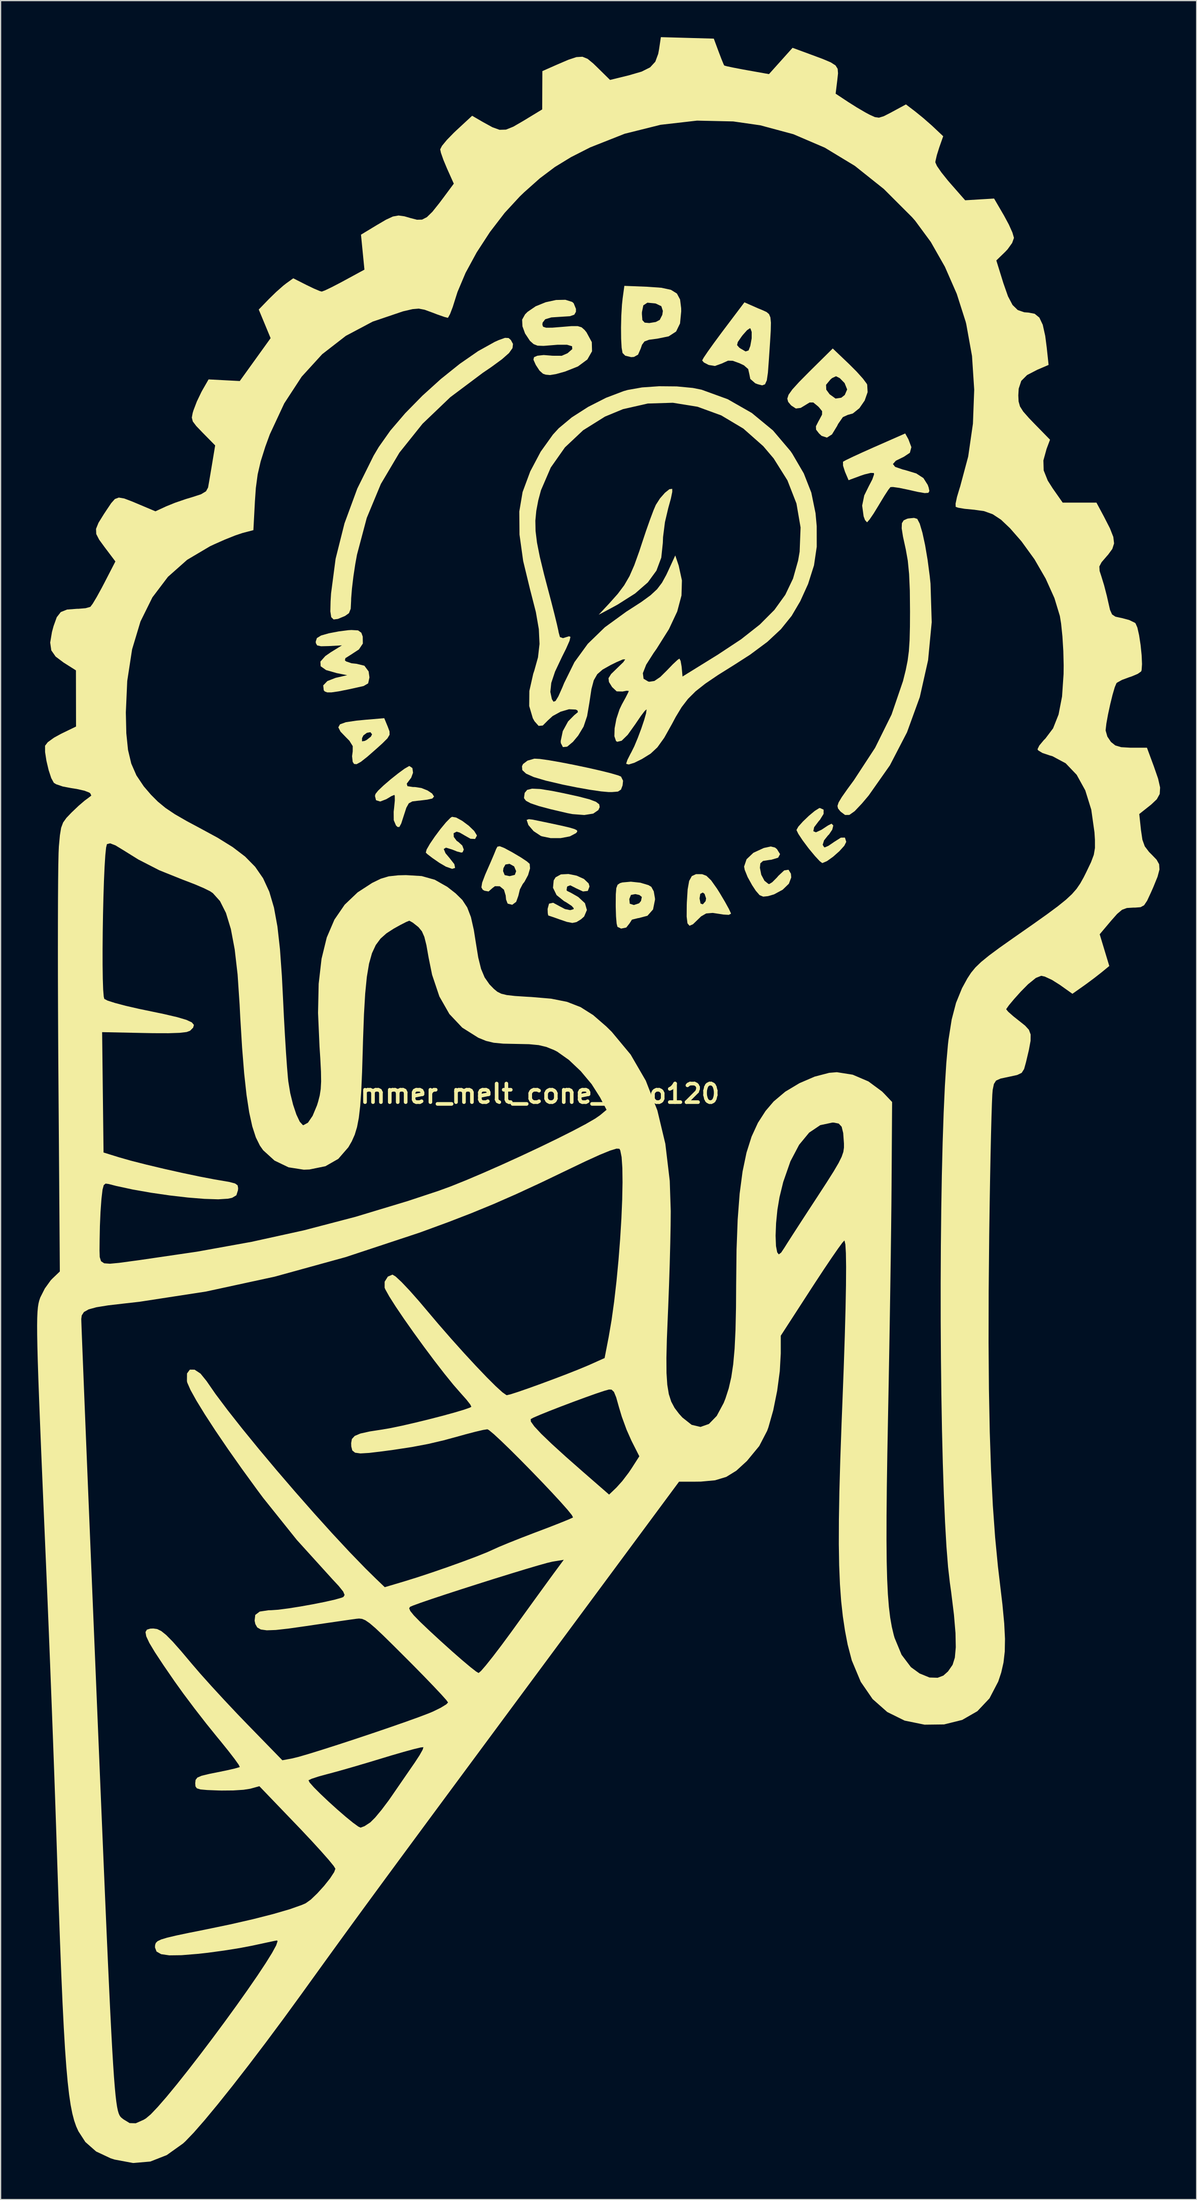
<source format=kicad_pcb>
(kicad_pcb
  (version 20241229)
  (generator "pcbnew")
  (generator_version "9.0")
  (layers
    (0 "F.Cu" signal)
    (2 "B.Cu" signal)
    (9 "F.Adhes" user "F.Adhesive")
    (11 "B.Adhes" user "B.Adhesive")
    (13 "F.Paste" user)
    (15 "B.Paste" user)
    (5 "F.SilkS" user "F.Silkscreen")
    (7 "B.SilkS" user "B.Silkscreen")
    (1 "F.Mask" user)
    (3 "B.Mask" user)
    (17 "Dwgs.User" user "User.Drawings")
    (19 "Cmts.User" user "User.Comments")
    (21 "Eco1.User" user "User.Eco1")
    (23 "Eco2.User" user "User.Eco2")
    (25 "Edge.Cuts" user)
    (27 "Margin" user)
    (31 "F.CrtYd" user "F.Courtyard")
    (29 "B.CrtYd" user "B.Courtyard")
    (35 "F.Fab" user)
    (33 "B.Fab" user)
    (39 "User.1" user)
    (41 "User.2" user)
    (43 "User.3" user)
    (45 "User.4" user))
  (footprint "summer_melt_cone_logo120"
    (layer "F.Cu")
    (at 40.005 86.762)
    (property "Reference" "summer_melt_cone_logo120" (at 0 0 0) (layer "F.SilkS") (effects (font (size 1.524 1.524) (thickness 0.3))))
    (attr board_only exclude_from_pos_files exclude_from_bom)
    (fp_poly (pts (xy 0.7 -22.51) (xy 2.064 -22.228) (xy 3.058 -22.015) (xy 3.735 -21.857) (xy 4.146 -21.735) (xy 4.343 -21.635) (xy 4.379 -21.54) (xy 4.304 -21.433) (xy 4.272 -21.4) (xy 3.766 -21.132) (xy 3.015 -20.991) (xy 2.191 -20.989) (xy 1.463 -21.14) (xy 1.362 -21.182) (xy 0.784 -21.565) (xy 0.359 -22.062) (xy 0.215 -22.484) (xy 0.393 -22.545)) (stroke (width 0) (type solid)) (fill yes) (layer "F.SilkS"))
    (fp_poly (pts (xy 1.329 -25.022) (xy 2.312 -24.865) (xy 3.258 -24.675) (xy 4.501 -24.402) (xy 5.369 -24.176) (xy 5.911 -23.972) (xy 6.177 -23.766) (xy 6.218 -23.535) (xy 6.108 -23.295) (xy 5.686 -23.002) (xy 4.953 -22.887) (xy 3.99 -22.96) (xy 3.552 -23.044) (xy 2.19 -23.363) (xy 1.204 -23.626) (xy 0.545 -23.85) (xy 0.162 -24.054) (xy 0.009 -24.254) (xy 0 -24.321) (xy 0.055 -24.708) (xy 0.257 -24.95) (xy 0.663 -25.052)) (stroke (width 0) (type solid)) (fill yes) (layer "F.SilkS"))
    (fp_poly (pts (xy 1.298 -27.491) (xy 2.044 -27.385) (xy 3.008 -27.217) (xy 4.095 -27.006) (xy 5.208 -26.772) (xy 6.251 -26.536) (xy 7.13 -26.318) (xy 7.746 -26.136) (xy 7.971 -26.042) (xy 8.138 -25.702) (xy 8.097 -25.315) (xy 7.967 -24.974) (xy 7.719 -24.812) (xy 7.221 -24.77) (xy 6.938 -24.772) (xy 6.333 -24.826) (xy 5.428 -24.958) (xy 4.346 -25.149) (xy 3.204 -25.379) (xy 3.157 -25.39) (xy 1.781 -25.712) (xy 0.797 -26.004) (xy 0.168 -26.286) (xy -0.142 -26.575) (xy -0.168 -26.891) (xy -0.082 -27.072) (xy 0.283 -27.351) (xy 0.843 -27.513) (xy 0.866 -27.515)) (stroke (width 0) (type solid)) (fill yes) (layer "F.SilkS"))
    (fp_poly (pts (xy 12.18 -49.421) (xy 12.068 -48.877) (xy 11.868 -48.154) (xy 11.854 -48.107) (xy 11.579 -46.939) (xy 11.423 -45.706) (xy 11.405 -45.235) (xy 11.278 -44.022) (xy 10.88 -42.956) (xy 10.173 -41.989) (xy 9.123 -41.075) (xy 7.691 -40.167) (xy 7.221 -39.91) (xy 6.135 -39.332) (xy 7.016 -40.277) (xy 7.703 -41.048) (xy 8.232 -41.753) (xy 8.665 -42.5) (xy 9.059 -43.4) (xy 9.475 -44.56) (xy 9.674 -45.166) (xy 10.023 -46.212) (xy 10.358 -47.162) (xy 10.639 -47.91) (xy 10.828 -48.351) (xy 11.17 -48.884) (xy 11.575 -49.346) (xy 11.944 -49.641) (xy 12.178 -49.671)) (stroke (width 0) (type solid)) (fill yes) (layer "F.SilkS"))
    (fp_poly (pts (xy -11.192 -30.132) (xy -11.053 -29.759) (xy -11.046 -29.477) (xy -11.222 -29.182) (xy -11.632 -28.773) (xy -12.069 -28.378) (xy -12.865 -27.679) (xy -13.41 -27.25) (xy -13.758 -27.061) (xy -13.964 -27.079) (xy -14.077 -27.251) (xy -14.129 -27.717) (xy -14.076 -28.107) (xy -14.073 -28.544) (xy -14.318 -28.937) (xy -13.311 -28.937) (xy -13.091 -28.97) (xy -12.934 -29.049) (xy -12.584 -29.32) (xy -12.485 -29.513) (xy -12.618 -29.688) (xy -12.909 -29.638) (xy -13.196 -29.424) (xy -13.309 -29.2) (xy -13.311 -28.937) (xy -14.318 -28.937) (xy -14.348 -28.985) (xy -14.614 -29.253) (xy -15.079 -29.735) (xy -15.258 -30.086) (xy -15.121 -30.334) (xy -14.636 -30.508) (xy -13.771 -30.637) (xy -13.029 -30.708) (xy -11.484 -30.838)) (stroke (width 0) (type solid)) (fill yes) (layer "F.SilkS"))
    (fp_poly (pts (xy 20.624 -20.216) (xy 20.785 -20.082) (xy 21.037 -19.675) (xy 20.879 -19.382) (xy 20.322 -19.215) (xy 20.163 -19.198) (xy 19.638 -19.115) (xy 19.418 -18.919) (xy 19.38 -18.553) (xy 19.493 -17.98) (xy 19.758 -17.486) (xy 20.084 -17.228) (xy 20.15 -17.218) (xy 20.395 -17.369) (xy 20.774 -17.748) (xy 20.901 -17.897) (xy 21.376 -18.338) (xy 21.731 -18.394) (xy 21.929 -18.07) (xy 21.956 -17.76) (xy 21.762 -17.247) (xy 21.253 -16.754) (xy 20.539 -16.369) (xy 20.048 -16.225) (xy 19.654 -16.184) (xy 19.357 -16.305) (xy 19.044 -16.665) (xy 18.738 -17.13) (xy 18.372 -17.791) (xy 18.133 -18.381) (xy 18.081 -18.653) (xy 18.285 -19.255) (xy 18.846 -19.786) (xy 19.694 -20.177) (xy 19.702 -20.18) (xy 20.267 -20.303)) (stroke (width 0) (type solid)) (fill yes) (layer "F.SilkS"))
    (fp_poly (pts (xy 14.633 -18.029) (xy 14.986 -17.895) (xy 15.373 -17.522) (xy 15.853 -16.846) (xy 16.086 -16.475) (xy 16.513 -15.756) (xy 16.834 -15.173) (xy 16.996 -14.825) (xy 17.005 -14.782) (xy 16.822 -14.688) (xy 16.375 -14.714) (xy 16.306 -14.727) (xy 15.505 -14.848) (xy 14.968 -14.804) (xy 14.551 -14.565) (xy 14.307 -14.326) (xy 13.88 -13.915) (xy 13.596 -13.793) (xy 13.43 -13.992) (xy 13.362 -14.547) (xy 13.37 -15.489) (xy 13.378 -15.722) (xy 13.398 -16.036) (xy 14.422 -16.036) (xy 14.504 -15.617) (xy 14.691 -15.552) (xy 14.919 -15.814) (xy 14.96 -16.036) (xy 14.833 -16.413) (xy 14.691 -16.521) (xy 14.482 -16.415) (xy 14.422 -16.036) (xy 13.398 -16.036) (xy 13.444 -16.779) (xy 13.567 -17.473) (xy 13.785 -17.869) (xy 14.131 -18.032)) (stroke (width 0) (type solid)) (fill yes) (layer "F.SilkS"))
    (fp_poly (pts (xy 9.556 -17.329) (xy 10.223 -17.13) (xy 10.459 -16.989) (xy 10.66 -16.619) (xy 10.76 -16.038) (xy 10.763 -15.936) (xy 10.601 -15.132) (xy 10.141 -14.614) (xy 9.417 -14.422) (xy 9.38 -14.422) (xy 8.868 -14.297) (xy 8.673 -13.992) (xy 8.404 -13.649) (xy 7.977 -13.56) (xy 7.677 -13.705) (xy 7.609 -13.974) (xy 7.559 -14.559) (xy 7.535 -15.344) (xy 7.534 -15.53) (xy 7.538 -15.983) (xy 8.649 -15.983) (xy 8.689 -15.604) (xy 9.021 -15.498) (xy 9.032 -15.498) (xy 9.454 -15.638) (xy 9.612 -15.83) (xy 9.68 -16.159) (xy 9.476 -16.321) (xy 9.148 -16.393) (xy 8.785 -16.325) (xy 8.649 -15.983) (xy 7.538 -15.983) (xy 7.541 -16.375) (xy 7.583 -16.887) (xy 7.688 -17.16) (xy 7.886 -17.293) (xy 8.084 -17.35) (xy 8.776 -17.412)) (stroke (width 0) (type solid)) (fill yes) (layer "F.SilkS"))
    (fp_poly (pts (xy -5.575 -22.681) (xy -5.071 -22.403) (xy -4.535 -22.002) (xy -4.095 -21.578) (xy -3.88 -21.228) (xy -3.875 -21.184) (xy -4.02 -20.919) (xy -4.397 -20.937) (xy -4.856 -21.196) (xy -5.288 -21.447) (xy -5.543 -21.519) (xy -5.784 -21.391) (xy -5.771 -21.09) (xy -5.531 -20.765) (xy -5.381 -20.664) (xy -5.073 -20.382) (xy -4.948 -20.05) (xy -5.046 -19.827) (xy -5.156 -19.803) (xy -5.489 -19.886) (xy -5.91 -20.054) (xy -6.412 -20.208) (xy -6.596 -20.095) (xy -6.45 -19.748) (xy -6.131 -19.369) (xy -5.724 -18.85) (xy -5.662 -18.542) (xy -5.905 -18.467) (xy -6.413 -18.644) (xy -6.955 -18.96) (xy -7.528 -19.357) (xy -7.941 -19.674) (xy -8.071 -19.801) (xy -8.005 -20.049) (xy -7.733 -20.522) (xy -7.327 -21.119) (xy -6.863 -21.74) (xy -6.413 -22.284) (xy -6.052 -22.651) (xy -5.917 -22.74)) (stroke (width 0) (type solid)) (fill yes) (layer "F.SilkS"))
    (fp_poly (pts (xy -9.17 -26.741) (xy -9.119 -26.36) (xy -9.272 -25.942) (xy -9.337 -25.859) (xy -9.635 -25.461) (xy -9.579 -25.256) (xy -9.137 -25.187) (xy -8.957 -25.185) (xy -8.431 -25.104) (xy -7.93 -24.904) (xy -7.551 -24.65) (xy -7.392 -24.405) (xy -7.534 -24.24) (xy -7.954 -24.148) (xy -8.572 -24.072) (xy -8.693 -24.062) (xy -9.175 -24.004) (xy -9.466 -23.847) (xy -9.668 -23.486) (xy -9.878 -22.839) (xy -10.086 -22.195) (xy -10.241 -21.905) (xy -10.393 -21.903) (xy -10.522 -22.033) (xy -10.703 -22.46) (xy -10.71 -23.152) (xy -10.675 -23.464) (xy -10.616 -24.075) (xy -10.62 -24.464) (xy -10.655 -24.539) (xy -10.905 -24.433) (xy -11.319 -24.184) (xy -11.816 -23.995) (xy -12.16 -24.102) (xy -12.248 -24.455) (xy -12.202 -24.62) (xy -11.987 -24.89) (xy -11.538 -25.317) (xy -10.957 -25.816) (xy -10.349 -26.301) (xy -9.818 -26.689) (xy -9.466 -26.894) (xy -9.411 -26.907)) (stroke (width 0) (type solid)) (fill yes) (layer "F.SilkS"))
    (fp_poly (pts (xy -1.266 -62.054) (xy -1.08 -61.89) (xy -0.906 -61.568) (xy -0.946 -61.226) (xy -1.235 -60.821) (xy -1.81 -60.313) (xy -2.704 -59.66) (xy -3.389 -59.195) (xy -6.058 -57.195) (xy -8.338 -55.015) (xy -10.237 -52.643) (xy -11.763 -50.069) (xy -12.922 -47.281) (xy -13.723 -44.268) (xy -13.864 -43.497) (xy -14.019 -42.474) (xy -14.137 -41.483) (xy -14.201 -40.689) (xy -14.207 -40.464) (xy -14.24 -39.821) (xy -14.384 -39.461) (xy -14.701 -39.236) (xy -14.755 -39.211) (xy -15.294 -38.988) (xy -15.645 -38.944) (xy -15.84 -39.133) (xy -15.913 -39.609) (xy -15.894 -40.428) (xy -15.855 -41.076) (xy -15.481 -43.928) (xy -14.75 -46.839) (xy -13.697 -49.698) (xy -12.36 -52.391) (xy -11.938 -53.103) (xy -10.985 -54.452) (xy -9.762 -55.88) (xy -8.35 -57.318) (xy -6.829 -58.694) (xy -5.277 -59.937) (xy -3.775 -60.977) (xy -2.402 -61.741) (xy -2.077 -61.886) (xy -1.56 -62.07)) (stroke (width 0) (type solid)) (fill yes) (layer "F.SilkS"))
    (fp_poly (pts (xy 10.127 -66.265) (xy 11.281 -66.183) (xy 12.071 -66.013) (xy 12.563 -65.707) (xy 12.822 -65.219) (xy 12.911 -64.502) (xy 12.915 -64.244) (xy 12.819 -63.251) (xy 12.495 -62.588) (xy 11.886 -62.193) (xy 10.95 -62.002) (xy 10.272 -61.913) (xy 9.897 -61.773) (xy 9.696 -61.504) (xy 9.588 -61.186) (xy 9.369 -60.689) (xy 9.03 -60.502) (xy 8.804 -60.486) (xy 8.316 -60.604) (xy 8.095 -60.827) (xy 8.02 -61.258) (xy 7.979 -61.996) (xy 7.97 -62.914) (xy 7.993 -63.891) (xy 8.001 -64.025) (xy 9.686 -64.025) (xy 9.725 -63.524) (xy 9.913 -63.32) (xy 10.289 -63.285) (xy 10.827 -63.372) (xy 11.15 -63.543) (xy 11.361 -63.958) (xy 11.408 -64.279) (xy 11.281 -64.669) (xy 10.833 -64.883) (xy 10.768 -64.898) (xy 10.137 -64.957) (xy 9.803 -64.739) (xy 9.689 -64.183) (xy 9.686 -64.025) (xy 8.001 -64.025) (xy 8.048 -64.801) (xy 8.104 -65.32) (xy 8.244 -66.339)) (stroke (width 0) (type solid)) (fill yes) (layer "F.SilkS"))
    (fp_poly (pts (xy 4.328 -17.906) (xy 4.926 -17.635) (xy 5.31 -17.267) (xy 5.381 -17.016) (xy 5.241 -16.654) (xy 4.848 -16.608) (xy 4.251 -16.883) (xy 4.21 -16.909) (xy 3.801 -17.114) (xy 3.571 -17.029) (xy 3.534 -16.976) (xy 3.494 -16.702) (xy 3.567 -16.64) (xy 3.87 -16.491) (xy 4.36 -16.211) (xy 4.467 -16.146) (xy 5.006 -15.646) (xy 5.167 -15.086) (xy 4.939 -14.551) (xy 4.688 -14.327) (xy 4.311 -14.095) (xy 3.97 -14.024) (xy 3.514 -14.113) (xy 2.906 -14.321) (xy 2.366 -14.512) (xy 2.033 -14.623) (xy 1.991 -14.634) (xy 1.951 -14.822) (xy 1.937 -15.175) (xy 2.055 -15.609) (xy 2.394 -15.682) (xy 2.919 -15.398) (xy 3.36 -15.165) (xy 3.794 -15.075) (xy 4.063 -15.151) (xy 4.089 -15.229) (xy 3.917 -15.421) (xy 3.484 -15.708) (xy 3.282 -15.821) (xy 2.674 -16.312) (xy 2.381 -16.912) (xy 2.438 -17.518) (xy 2.594 -17.771) (xy 3.028 -18.011) (xy 3.65 -18.043)) (stroke (width 0) (type solid)) (fill yes) (layer "F.SilkS"))
    (fp_poly (pts (xy -1.634 -20.184) (xy -1.003 -19.844) (xy -0.914 -19.794) (xy -0.257 -19.405) (xy 0.243 -19.071) (xy 0.465 -18.877) (xy 0.496 -18.503) (xy 0.334 -17.954) (xy 0.039 -17.404) (xy -0.105 -17.221) (xy -0.341 -16.774) (xy -0.466 -16.254) (xy -0.644 -15.759) (xy -0.968 -15.516) (xy -1.323 -15.604) (xy -1.356 -15.634) (xy -1.476 -15.95) (xy -1.507 -16.28) (xy -1.651 -16.755) (xy -1.992 -17.036) (xy -2.389 -17.042) (xy -2.587 -16.893) (xy -2.912 -16.609) (xy -3.251 -16.67) (xy -3.394 -16.754) (xy -3.502 -16.946) (xy -3.441 -17.331) (xy -3.192 -17.989) (xy -3.063 -18.284) (xy -1.722 -18.284) (xy -1.589 -17.954) (xy -1.184 -17.866) (xy -0.757 -17.972) (xy -0.646 -18.274) (xy -0.813 -18.667) (xy -1.188 -18.878) (xy -1.526 -18.823) (xy -1.69 -18.53) (xy -1.722 -18.284) (xy -3.063 -18.284) (xy -3.051 -18.312) (xy -2.719 -19.067) (xy -2.446 -19.708) (xy -2.292 -20.092) (xy -2.186 -20.288) (xy -1.997 -20.325)) (stroke (width 0) (type solid)) (fill yes) (layer "F.SilkS"))
    (fp_poly (pts (xy 24.614 -23.327) (xy 24.613 -22.978) (xy 24.317 -22.498) (xy 24.216 -22.386) (xy 23.837 -21.884) (xy 23.769 -21.556) (xy 23.984 -21.467) (xy 24.449 -21.679) (xy 24.534 -21.737) (xy 24.976 -22.028) (xy 25.256 -22.169) (xy 25.272 -22.171) (xy 25.41 -22.026) (xy 25.327 -21.688) (xy 25.067 -21.299) (xy 24.969 -21.203) (xy 24.653 -20.806) (xy 24.538 -20.441) (xy 24.66 -20.242) (xy 24.725 -20.234) (xy 25.009 -20.356) (xy 25.441 -20.65) (xy 25.459 -20.664) (xy 26.029 -21.027) (xy 26.366 -21.033) (xy 26.476 -20.683) (xy 26.316 -20.364) (xy 25.916 -19.922) (xy 25.401 -19.466) (xy 24.894 -19.103) (xy 24.518 -18.943) (xy 24.5 -18.942) (xy 24.293 -19.1) (xy 23.907 -19.515) (xy 23.419 -20.103) (xy 23.358 -20.18) (xy 22.883 -20.817) (xy 22.536 -21.341) (xy 22.388 -21.647) (xy 22.387 -21.662) (xy 22.538 -21.933) (xy 22.916 -22.355) (xy 23.403 -22.821) (xy 23.883 -23.221) (xy 24.24 -23.446) (xy 24.312 -23.463)) (stroke (width 0) (type solid)) (fill yes) (layer "F.SilkS"))
    (fp_poly (pts (xy -13.634 -38.047) (xy -13.366 -37.853) (xy -13.252 -37.541) (xy -13.242 -36.966) (xy -13.565 -36.483) (xy -14.269 -36.023) (xy -14.276 -36.019) (xy -14.678 -35.766) (xy -14.714 -35.582) (xy -14.615 -35.499) (xy -14.172 -35.348) (xy -13.766 -35.305) (xy -13.117 -35.147) (xy -12.768 -34.679) (xy -12.7 -34.186) (xy -12.806 -33.698) (xy -13.178 -33.479) (xy -13.184 -33.478) (xy -14.393 -33.209) (xy -15.25 -33.038) (xy -15.821 -32.956) (xy -16.173 -32.957) (xy -16.371 -33.033) (xy -16.455 -33.13) (xy -16.499 -33.53) (xy -16.159 -33.886) (xy -15.481 -34.15) (xy -15.432 -34.161) (xy -14.53 -34.368) (xy -15.391 -34.54) (xy -16.262 -34.788) (xy -16.708 -35.102) (xy -16.73 -35.485) (xy -16.328 -35.939) (xy -15.875 -36.253) (xy -14.96 -36.818) (xy -16.036 -36.759) (xy -16.679 -36.744) (xy -17 -36.815) (xy -17.106 -37.009) (xy -17.113 -37.13) (xy -17.018 -37.417) (xy -16.674 -37.628) (xy -16.036 -37.809) (xy -15.223 -37.964) (xy -14.435 -38.064) (xy -14.176 -38.079)) (stroke (width 0) (type solid)) (fill yes) (layer "F.SilkS"))
    (fp_poly (pts (xy 32.308 -47.206) (xy 32.512 -46.814) (xy 32.733 -46.069) (xy 32.954 -45.05) (xy 33.16 -43.834) (xy 33.335 -42.499) (xy 33.399 -41.886) (xy 33.497 -38.719) (xy 33.199 -35.598) (xy 32.518 -32.569) (xy 31.467 -29.678) (xy 30.062 -26.968) (xy 28.315 -24.485) (xy 27.764 -23.833) (xy 27.166 -23.201) (xy 26.731 -22.895) (xy 26.378 -22.889) (xy 26.024 -23.155) (xy 25.947 -23.237) (xy 25.798 -23.43) (xy 25.753 -23.634) (xy 25.845 -23.918) (xy 26.104 -24.352) (xy 26.563 -25.006) (xy 27.102 -25.741) (xy 28.847 -28.409) (xy 30.199 -31.138) (xy 31.139 -33.889) (xy 31.142 -33.903) (xy 31.362 -34.784) (xy 31.518 -35.561) (xy 31.62 -36.341) (xy 31.68 -37.236) (xy 31.708 -38.355) (xy 31.715 -39.607) (xy 31.699 -41.316) (xy 31.639 -42.678) (xy 31.531 -43.776) (xy 31.368 -44.692) (xy 31.359 -44.733) (xy 31.136 -45.751) (xy 31.03 -46.43) (xy 31.047 -46.849) (xy 31.193 -47.084) (xy 31.475 -47.213) (xy 31.566 -47.237) (xy 32.045 -47.285)) (stroke (width 0) (type solid)) (fill yes) (layer "F.SilkS"))
    (fp_poly (pts (xy 31.58 -53.747) (xy 31.826 -53.095) (xy 31.703 -52.632) (xy 31.219 -52.31) (xy 30.551 -51.98) (xy 30.309 -51.707) (xy 30.494 -51.474) (xy 31.106 -51.262) (xy 31.305 -51.215) (xy 32.227 -50.936) (xy 32.816 -50.554) (xy 33.169 -49.997) (xy 33.246 -49.778) (xy 33.306 -49.492) (xy 33.221 -49.342) (xy 32.921 -49.321) (xy 32.336 -49.422) (xy 31.54 -49.602) (xy 30.84 -49.748) (xy 30.317 -49.822) (xy 30.108 -49.814) (xy 29.935 -49.596) (xy 29.614 -49.104) (xy 29.209 -48.437) (xy 29.142 -48.324) (xy 28.732 -47.654) (xy 28.395 -47.159) (xy 28.195 -46.931) (xy 28.179 -46.925) (xy 28.018 -47.105) (xy 27.903 -47.41) (xy 27.782 -48.295) (xy 27.954 -49.131) (xy 28.325 -49.883) (xy 28.617 -50.446) (xy 28.758 -50.852) (xy 28.748 -50.968) (xy 28.485 -50.978) (xy 27.968 -50.853) (xy 27.64 -50.742) (xy 26.666 -50.381) (xy 26.371 -51.075) (xy 26.212 -51.572) (xy 26.208 -51.884) (xy 26.223 -51.905) (xy 26.466 -52.039) (xy 27.023 -52.307) (xy 27.814 -52.67) (xy 28.758 -53.092) (xy 28.843 -53.129) (xy 31.318 -54.218)) (stroke (width 0) (type solid)) (fill yes) (layer "F.SilkS"))
    (fp_poly (pts (xy 19.225 -64.495) (xy 19.633 -64.327) (xy 19.93 -64.189) (xy 20.129 -64.019) (xy 20.243 -63.75) (xy 20.286 -63.318) (xy 20.272 -62.657) (xy 20.214 -61.704) (xy 20.126 -60.393) (xy 20.114 -60.217) (xy 20.04 -59.216) (xy 19.948 -58.582) (xy 19.802 -58.254) (xy 19.563 -58.168) (xy 19.196 -58.263) (xy 18.996 -58.341) (xy 18.591 -58.696) (xy 18.512 -59.091) (xy 18.417 -59.509) (xy 18.063 -59.816) (xy 17.705 -59.985) (xy 17.147 -60.187) (xy 16.763 -60.195) (xy 16.344 -60.006) (xy 16.301 -59.982) (xy 15.683 -59.759) (xy 15.171 -59.843) (xy 14.774 -60.05) (xy 14.637 -60.215) (xy 14.76 -60.441) (xy 15.097 -60.94) (xy 15.479 -61.474) (xy 17.504 -61.474) (xy 17.676 -61.275) (xy 17.768 -61.206) (xy 18.203 -60.952) (xy 18.447 -61.033) (xy 18.591 -61.401) (xy 18.704 -62.027) (xy 18.707 -62.551) (xy 18.604 -62.836) (xy 18.552 -62.854) (xy 18.324 -62.697) (xy 17.975 -62.305) (xy 17.875 -62.175) (xy 17.565 -61.726) (xy 17.504 -61.474) (xy 15.479 -61.474) (xy 15.6 -61.643) (xy 16.22 -62.482) (xy 16.373 -62.686) (xy 18.109 -64.986)) (stroke (width 0) (type solid)) (fill yes) (layer "F.SilkS"))
    (fp_poly (pts (xy 26.699 -59.926) (xy 27.333 -59.292) (xy 27.847 -58.72) (xy 28.155 -58.307) (xy 28.196 -58.226) (xy 28.231 -57.61) (xy 27.989 -56.921) (xy 27.556 -56.293) (xy 27.018 -55.86) (xy 26.6 -55.743) (xy 26.198 -55.56) (xy 25.806 -54.997) (xy 25.723 -54.828) (xy 25.304 -54.142) (xy 24.887 -53.877) (xy 24.449 -54.022) (xy 24.236 -54.222) (xy 23.996 -54.533) (xy 23.983 -54.808) (xy 24.2 -55.235) (xy 24.243 -55.307) (xy 24.486 -55.764) (xy 24.491 -56.049) (xy 24.239 -56.361) (xy 24.152 -56.448) (xy 23.769 -56.761) (xy 23.47 -56.764) (xy 23.298 -56.661) (xy 22.734 -56.317) (xy 22.337 -56.267) (xy 21.971 -56.503) (xy 21.916 -56.556) (xy 21.702 -56.814) (xy 21.631 -57.076) (xy 21.735 -57.398) (xy 22.047 -57.835) (xy 22.392 -58.214) (xy 24.816 -58.214) (xy 24.833 -57.815) (xy 25.11 -57.436) (xy 25.597 -57.084) (xy 26.07 -57.154) (xy 26.353 -57.38) (xy 26.55 -57.832) (xy 26.338 -58.357) (xy 25.946 -58.758) (xy 25.635 -58.917) (xy 25.312 -58.766) (xy 25.181 -58.653) (xy 24.816 -58.214) (xy 22.392 -58.214) (xy 22.601 -58.444) (xy 23.428 -59.28) (xy 23.646 -59.496) (xy 25.366 -61.196)) (stroke (width 0) (type solid)) (fill yes) (layer "F.SilkS"))
    (fp_poly (pts (xy 3.958 -65.019) (xy 4.081 -64.909) (xy 4.268 -64.447) (xy 4.266 -64.21) (xy 4.129 -63.97) (xy 3.769 -63.846) (xy 3.101 -63.804) (xy 2.242 -63.748) (xy 1.741 -63.596) (xy 1.527 -63.319) (xy 1.507 -63.146) (xy 1.568 -62.981) (xy 1.808 -62.903) (xy 2.311 -62.904) (xy 3.088 -62.966) (xy 3.906 -63.034) (xy 4.414 -63.032) (xy 4.731 -62.935) (xy 4.977 -62.717) (xy 5.133 -62.525) (xy 5.569 -61.719) (xy 5.589 -60.968) (xy 5.205 -60.294) (xy 4.429 -59.721) (xy 3.375 -59.302) (xy 2.622 -59.093) (xy 2.137 -59.013) (xy 1.782 -59.047) (xy 1.556 -59.124) (xy 1.271 -59.38) (xy 0.967 -59.844) (xy 0.966 -59.846) (xy 0.773 -60.276) (xy 0.822 -60.482) (xy 1.097 -60.601) (xy 1.615 -60.659) (xy 2.261 -60.608) (xy 2.297 -60.601) (xy 3.1 -60.597) (xy 3.576 -60.806) (xy 3.965 -61.146) (xy 3.947 -61.38) (xy 3.538 -61.501) (xy 2.751 -61.502) (xy 2.385 -61.472) (xy 1.6 -61.409) (xy 1.111 -61.428) (xy 0.786 -61.556) (xy 0.496 -61.816) (xy 0.479 -61.834) (xy 0.086 -62.427) (xy -0.129 -63.014) (xy -0.156 -63.564) (xy 0.086 -63.999) (xy 0.291 -64.205) (xy 0.959 -64.662) (xy 1.78 -64.994) (xy 2.634 -65.179) (xy 3.4 -65.195)) (stroke (width 0) (type solid)) (fill yes) (layer "F.SilkS"))
    (fp_poly (pts (xy 12.548 -58.082) (xy 13.87 -57.956) (xy 14.587 -57.812) (xy 16.734 -57.032) (xy 18.712 -55.902) (xy 20.453 -54.468) (xy 21.889 -52.778) (xy 22.045 -52.551) (xy 22.987 -50.937) (xy 23.604 -49.365) (xy 23.951 -47.674) (xy 24.048 -46.603) (xy 24.051 -44.92) (xy 23.826 -43.389) (xy 23.339 -41.857) (xy 22.696 -40.441) (xy 21.987 -39.237) (xy 21.108 -38.146) (xy 19.996 -37.108) (xy 18.583 -36.058) (xy 17.286 -35.225) (xy 15.935 -34.38) (xy 14.894 -33.674) (xy 14.095 -33.043) (xy 13.471 -32.421) (xy 12.951 -31.745) (xy 12.469 -30.949) (xy 12.154 -30.358) (xy 11.521 -29.229) (xy 10.958 -28.445) (xy 10.412 -27.935) (xy 10.376 -27.91) (xy 9.684 -27.481) (xy 9.063 -27.177) (xy 8.604 -27.034) (xy 8.398 -27.09) (xy 8.395 -27.115) (xy 8.495 -27.416) (xy 8.743 -27.908) (xy 8.809 -28.025) (xy 9.059 -28.528) (xy 9.346 -29.215) (xy 9.63 -29.971) (xy 9.871 -30.687) (xy 10.03 -31.247) (xy 10.067 -31.542) (xy 10.059 -31.557) (xy 9.914 -31.43) (xy 9.604 -31.024) (xy 9.195 -30.422) (xy 9.152 -30.357) (xy 8.518 -29.47) (xy 8.021 -28.986) (xy 7.657 -28.898) (xy 7.557 -28.965) (xy 7.424 -29.355) (xy 7.443 -30.007) (xy 7.59 -30.787) (xy 7.846 -31.564) (xy 8.038 -31.965) (xy 8.355 -32.545) (xy 8.562 -32.954) (xy 8.61 -33.073) (xy 8.433 -33.092) (xy 8.096 -33.028) (xy 7.613 -33.04) (xy 7.235 -33.395) (xy 6.979 -33.808) (xy 6.94 -34.122) (xy 7.154 -34.463) (xy 7.656 -34.952) (xy 7.695 -34.989) (xy 8.167 -35.448) (xy 8.314 -35.671) (xy 8.123 -35.664) (xy 7.582 -35.431) (xy 7.104 -35.194) (xy 6.455 -34.829) (xy 6.017 -34.448) (xy 5.731 -33.949) (xy 5.539 -33.229) (xy 5.382 -32.186) (xy 5.377 -32.149) (xy 5.183 -31.009) (xy 4.894 -30.146) (xy 4.448 -29.406) (xy 4.024 -28.898) (xy 3.543 -28.497) (xy 3.195 -28.463) (xy 3.024 -28.794) (xy 3.014 -28.962) (xy 3.184 -29.774) (xy 3.62 -30.572) (xy 4.126 -31.084) (xy 4.43 -31.336) (xy 4.388 -31.481) (xy 4.244 -31.547) (xy 3.696 -31.572) (xy 3.007 -31.371) (xy 2.35 -31.012) (xy 1.963 -30.658) (xy 1.542 -30.235) (xy 1.199 -30.206) (xy 0.863 -30.584) (xy 0.722 -30.835) (xy 0.426 -31.837) (xy 0.438 -33.073) (xy 0.756 -34.482) (xy 0.844 -34.743) (xy 1.148 -35.832) (xy 1.274 -36.937) (xy 1.217 -38.147) (xy 0.973 -39.555) (xy 0.538 -41.251) (xy 0.516 -41.329) (xy -0.07 -43.746) (xy -0.371 -45.913) (xy -0.381 -47.056) (xy 0.931 -47.056) (xy 0.948 -46.211) (xy 1.066 -45.251) (xy 1.296 -44.093) (xy 1.644 -42.659) (xy 1.937 -41.544) (xy 2.238 -40.404) (xy 2.501 -39.374) (xy 2.704 -38.545) (xy 2.825 -38.004) (xy 2.845 -37.885) (xy 2.95 -37.502) (xy 3.201 -37.411) (xy 3.7 -37.564) (xy 3.816 -37.515) (xy 3.737 -37.184) (xy 3.453 -36.54) (xy 3.108 -35.849) (xy 2.548 -34.661) (xy 2.239 -33.735) (xy 2.162 -32.996) (xy 2.289 -32.399) (xy 2.423 -32.189) (xy 2.591 -32.253) (xy 2.822 -32.631) (xy 3.148 -33.363) (xy 3.296 -33.724) (xy 4.142 -35.437) (xy 5.237 -36.942) (xy 6.64 -38.303) (xy 8.409 -39.588) (xy 8.61 -39.716) (xy 9.651 -40.389) (xy 10.398 -40.934) (xy 10.932 -41.43) (xy 11.334 -41.959) (xy 11.687 -42.602) (xy 11.84 -42.927) (xy 12.427 -44.202) (xy 12.711 -43.358) (xy 12.974 -42.15) (xy 12.938 -40.914) (xy 12.587 -39.598) (xy 11.909 -38.153) (xy 10.889 -36.531) (xy 10.646 -36.187) (xy 10.038 -35.232) (xy 9.764 -34.533) (xy 9.822 -34.076) (xy 10.21 -33.847) (xy 10.301 -33.831) (xy 10.708 -33.892) (xy 11.195 -34.221) (xy 11.726 -34.746) (xy 12.222 -35.26) (xy 12.602 -35.616) (xy 12.767 -35.732) (xy 12.866 -35.543) (xy 12.948 -35.08) (xy 12.956 -34.996) (xy 13.023 -34.259) (xy 15.929 -36.058) (xy 17.841 -37.321) (xy 19.374 -38.528) (xy 20.57 -39.727) (xy 21.466 -40.969) (xy 22.103 -42.302) (xy 22.519 -43.777) (xy 22.646 -44.509) (xy 22.723 -46.5) (xy 22.384 -48.467) (xy 21.641 -50.369) (xy 20.51 -52.168) (xy 19.655 -53.175) (xy 18.021 -54.619) (xy 16.206 -55.701) (xy 14.258 -56.411) (xy 12.23 -56.739) (xy 10.17 -56.677) (xy 8.132 -56.215) (xy 6.655 -55.605) (xy 4.857 -54.481) (xy 3.362 -53.075) (xy 2.198 -51.421) (xy 1.393 -49.554) (xy 1.169 -48.719) (xy 1.008 -47.865) (xy 0.931 -47.056) (xy -0.381 -47.056) (xy -0.388 -47.807) (xy -0.118 -49.406) (xy -0.115 -49.415) (xy 0.512 -51.104) (xy 1.369 -52.722) (xy 2.373 -54.124) (xy 2.854 -54.648) (xy 3.924 -55.539) (xy 5.269 -56.4) (xy 6.736 -57.146) (xy 8.172 -57.692) (xy 8.516 -57.79) (xy 9.697 -57.999) (xy 11.099 -58.096)) (stroke (width 0) (type solid)) (fill yes) (layer "F.SilkS"))
    (fp_poly (pts (xy 13.419 -86.701) (xy 15.593 -86.64) (xy 15.991 -85.566) (xy 16.225 -84.955) (xy 16.396 -84.539) (xy 16.451 -84.432) (xy 16.676 -84.369) (xy 17.223 -84.254) (xy 17.992 -84.107) (xy 18.319 -84.048) (xy 20.126 -83.726) (xy 22.064 -85.886) (xy 23.54 -85.343) (xy 24.542 -84.971) (xy 25.205 -84.69) (xy 25.594 -84.441) (xy 25.77 -84.161) (xy 25.799 -83.789) (xy 25.743 -83.265) (xy 25.739 -83.23) (xy 25.603 -82.119) (xy 26.632 -81.439) (xy 27.36 -80.979) (xy 28.078 -80.561) (xy 28.398 -80.391) (xy 28.828 -80.196) (xy 29.164 -80.149) (xy 29.557 -80.269) (xy 30.156 -80.575) (xy 30.258 -80.631) (xy 31.38 -81.238) (xy 32.138 -80.66) (xy 32.788 -80.133) (xy 33.483 -79.525) (xy 33.668 -79.353) (xy 34.441 -78.624) (xy 34.118 -77.708) (xy 33.92 -77.078) (xy 33.806 -76.587) (xy 33.795 -76.475) (xy 33.93 -76.178) (xy 34.289 -75.658) (xy 34.806 -75.012) (xy 35.021 -74.762) (xy 36.246 -73.366) (xy 37.434 -73.438) (xy 38.622 -73.509) (xy 39.437 -72.111) (xy 39.836 -71.37) (xy 40.126 -70.722) (xy 40.251 -70.296) (xy 40.253 -70.27) (xy 40.105 -69.859) (xy 39.732 -69.34) (xy 39.529 -69.126) (xy 38.806 -68.425) (xy 39.387 -66.554) (xy 39.764 -65.48) (xy 40.139 -64.768) (xy 40.566 -64.353) (xy 41.1 -64.17) (xy 41.436 -64.146) (xy 41.956 -64.047) (xy 42.341 -63.733) (xy 42.62 -63.145) (xy 42.824 -62.227) (xy 42.946 -61.286) (xy 43.1 -59.847) (xy 42.158 -59.443) (xy 41.333 -59.015) (xy 40.855 -58.536) (xy 40.644 -57.899) (xy 40.611 -57.342) (xy 40.636 -56.843) (xy 40.749 -56.439) (xy 41.014 -56.02) (xy 41.49 -55.479) (xy 41.914 -55.039) (xy 43.218 -53.706) (xy 42.935 -52.953) (xy 42.673 -52.003) (xy 42.697 -51.184) (xy 43.03 -50.35) (xy 43.439 -49.707) (xy 44.258 -48.54) (xy 47.032 -48.54) (xy 47.641 -47.404) (xy 48.14 -46.429) (xy 48.418 -45.723) (xy 48.481 -45.19) (xy 48.337 -44.737) (xy 47.992 -44.266) (xy 47.882 -44.143) (xy 47.453 -43.644) (xy 47.27 -43.296) (xy 47.291 -42.931) (xy 47.44 -42.472) (xy 47.661 -41.753) (xy 47.888 -40.873) (xy 47.99 -40.416) (xy 48.147 -39.733) (xy 48.316 -39.357) (xy 48.592 -39.174) (xy 49.067 -39.07) (xy 49.094 -39.066) (xy 49.718 -38.901) (xy 50.182 -38.677) (xy 50.243 -38.626) (xy 50.393 -38.285) (xy 50.537 -37.647) (xy 50.66 -36.844) (xy 50.745 -36.01) (xy 50.777 -35.277) (xy 50.742 -34.78) (xy 50.705 -34.676) (xy 50.425 -34.477) (xy 49.898 -34.256) (xy 49.712 -34.197) (xy 49.129 -33.981) (xy 48.73 -33.76) (xy 48.674 -33.706) (xy 48.536 -33.379) (xy 48.354 -32.756) (xy 48.16 -31.965) (xy 47.981 -31.135) (xy 47.847 -30.393) (xy 47.787 -29.869) (xy 47.786 -29.827) (xy 47.929 -29.327) (xy 48.225 -28.885) (xy 48.581 -28.601) (xy 49.062 -28.458) (xy 49.809 -28.414) (xy 49.922 -28.414) (xy 51.181 -28.414) (xy 51.744 -26.894) (xy 52.098 -25.873) (xy 52.263 -25.145) (xy 52.231 -24.614) (xy 51.991 -24.181) (xy 51.534 -23.749) (xy 51.428 -23.664) (xy 50.55 -22.968) (xy 50.69 -21.655) (xy 50.808 -20.856) (xy 51.004 -20.313) (xy 51.355 -19.852) (xy 51.586 -19.622) (xy 51.974 -19.218) (xy 52.182 -18.846) (xy 52.21 -18.412) (xy 52.053 -17.821) (xy 51.711 -16.979) (xy 51.509 -16.521) (xy 51.195 -15.847) (xy 50.947 -15.477) (xy 50.658 -15.319) (xy 50.22 -15.284) (xy 50.051 -15.283) (xy 49.531 -15.251) (xy 49.135 -15.105) (xy 48.732 -14.765) (xy 48.222 -14.188) (xy 47.299 -13.093) (xy 47.693 -11.791) (xy 48.087 -10.489) (xy 47.453 -9.968) (xy 46.872 -9.513) (xy 46.176 -8.996) (xy 45.937 -8.826) (xy 45.057 -8.206) (xy 44.016 -8.946) (xy 43.37 -9.351) (xy 42.79 -9.619) (xy 42.498 -9.686) (xy 42.055 -9.509) (xy 41.416 -8.992) (xy 40.814 -8.383) (xy 40.259 -7.765) (xy 39.842 -7.266) (xy 39.632 -6.968) (xy 39.619 -6.93) (xy 39.784 -6.731) (xy 40.2 -6.363) (xy 40.683 -5.98) (xy 41.172 -5.591) (xy 41.481 -5.252) (xy 41.625 -4.869) (xy 41.62 -4.347) (xy 41.48 -3.59) (xy 41.242 -2.583) (xy 41.088 -2.028) (xy 40.89 -1.715) (xy 40.522 -1.539) (xy 39.862 -1.395) (xy 39.826 -1.388) (xy 39.151 -1.244) (xy 38.784 -1.079) (xy 38.607 -0.799) (xy 38.506 -0.312) (xy 38.476 0.065) (xy 38.443 0.829) (xy 38.407 1.935) (xy 38.37 3.337) (xy 38.332 4.993) (xy 38.296 6.858) (xy 38.261 8.887) (xy 38.229 11.035) (xy 38.221 11.624) (xy 38.177 16.233) (xy 38.168 20.441) (xy 38.198 24.275) (xy 38.266 27.764) (xy 38.373 30.936) (xy 38.52 33.817) (xy 38.708 36.436) (xy 38.938 38.821) (xy 39.082 40.037) (xy 39.308 41.942) (xy 39.454 43.493) (xy 39.518 44.758) (xy 39.499 45.806) (xy 39.396 46.707) (xy 39.209 47.529) (xy 38.963 48.269) (xy 38.244 49.649) (xy 37.249 50.703) (xy 35.999 51.421) (xy 34.511 51.79) (xy 32.91 51.81) (xy 31.272 51.476) (xy 29.846 50.772) (xy 28.64 49.707) (xy 27.666 48.291) (xy 26.931 46.535) (xy 26.589 45.228) (xy 26.373 44.097) (xy 26.196 42.922) (xy 26.057 41.662) (xy 25.957 40.279) (xy 25.893 38.729) (xy 25.864 36.973) (xy 25.871 34.97) (xy 25.911 32.68) (xy 25.985 30.061) (xy 26.091 27.072) (xy 26.153 25.508) (xy 26.267 22.531) (xy 26.355 19.903) (xy 26.417 17.633) (xy 26.453 15.734) (xy 26.463 14.217) (xy 26.446 13.093) (xy 26.403 12.373) (xy 26.334 12.069) (xy 26.315 12.059) (xy 26.156 12.233) (xy 25.801 12.717) (xy 25.286 13.46) (xy 24.648 14.407) (xy 23.923 15.508) (xy 23.624 15.967) (xy 21.095 19.871) (xy 21.095 21.316) (xy 21.015 22.778) (xy 20.798 24.4) (xy 20.475 25.999) (xy 20.079 27.395) (xy 19.974 27.684) (xy 19.326 28.931) (xy 18.32 30.151) (xy 18.302 30.169) (xy 17.441 30.957) (xy 16.617 31.464) (xy 15.694 31.743) (xy 14.534 31.85) (xy 14.064 31.856) (xy 12.737 31.858) (xy 1.455 47.087) (xy -0.832 50.173) (xy -2.881 52.94) (xy -4.713 55.414) (xy -6.347 57.622) (xy -7.803 59.59) (xy -9.1 61.346) (xy -10.258 62.915) (xy -11.296 64.324) (xy -12.234 65.601) (xy -13.092 66.77) (xy -13.889 67.86) (xy -14.644 68.896) (xy -15.377 69.905) (xy -16.108 70.914) (xy -16.856 71.949) (xy -17.641 73.036) (xy -18.232 73.857) (xy -19.735 75.92) (xy -21.209 77.902) (xy -22.625 79.766) (xy -23.955 81.475) (xy -25.168 82.991) (xy -26.235 84.278) (xy -27.128 85.299) (xy -27.816 86.016) (xy -28.017 86.201) (xy -29.352 87.153) (xy -30.706 87.684) (xy -32.123 87.804) (xy -33.646 87.52) (xy -33.964 87.417) (xy -35.159 86.857) (xy -36.042 86.079) (xy -36.612 85.2) (xy -36.795 84.797) (xy -36.961 84.32) (xy -37.112 83.742) (xy -37.25 83.038) (xy -37.377 82.181) (xy -37.495 81.145) (xy -37.606 79.904) (xy -37.712 78.433) (xy -37.814 76.705) (xy -37.915 74.694) (xy -38.017 72.374) (xy -38.121 69.719) (xy -38.23 66.703) (xy -38.345 63.3) (xy -38.426 60.809) (xy -38.502 58.555) (xy -38.593 55.963) (xy -38.697 53.126) (xy -38.81 50.137) (xy -38.928 47.089) (xy -39.048 44.074) (xy -39.167 41.184) (xy -39.274 38.638) (xy -39.423 35.18) (xy -39.554 32.126) (xy -39.667 29.448) (xy -39.762 27.121) (xy -39.841 25.117) (xy -39.904 23.41) (xy -39.951 21.973) (xy -39.983 20.78) (xy -40.001 19.804) (xy -40.005 19.018) (xy -39.998 18.495) (xy -36.378 18.495) (xy -36.369 18.784) (xy -36.344 19.475) (xy -36.302 20.539) (xy -36.246 21.947) (xy -36.177 23.67) (xy -36.096 25.681) (xy -36.004 27.95) (xy -35.902 30.449) (xy -35.791 33.148) (xy -35.672 36.021) (xy -35.548 39.037) (xy -35.418 42.169) (xy -35.412 42.308) (xy -35.206 47.257) (xy -35.018 51.795) (xy -34.845 55.938) (xy -34.687 59.706) (xy -34.543 63.116) (xy -34.412 66.187) (xy -34.293 68.937) (xy -34.184 71.383) (xy -34.084 73.545) (xy -33.993 75.441) (xy -33.909 77.088) (xy -33.832 78.505) (xy -33.759 79.709) (xy -33.691 80.72) (xy -33.625 81.554) (xy -33.562 82.232) (xy -33.499 82.769) (xy -33.436 83.186) (xy -33.372 83.499) (xy -33.305 83.727) (xy -33.235 83.888) (xy -33.16 84.001) (xy -33.079 84.084) (xy -32.991 84.154) (xy -32.909 84.218) (xy -32.407 84.526) (xy -31.903 84.541) (xy -31.261 84.258) (xy -31.068 84.142) (xy -30.672 83.81) (xy -30.097 83.205) (xy -29.372 82.372) (xy -28.53 81.35) (xy -27.601 80.181) (xy -26.615 78.908) (xy -25.603 77.571) (xy -24.595 76.212) (xy -23.623 74.874) (xy -22.717 73.596) (xy -21.907 72.422) (xy -21.225 71.393) (xy -20.7 70.549) (xy -20.365 69.934) (xy -20.248 69.588) (xy -20.298 69.527) (xy -20.522 69.57) (xy -21.069 69.685) (xy -21.843 69.851) (xy -22.291 69.948) (xy -23.348 70.151) (xy -24.64 70.357) (xy -25.972 70.538) (xy -26.753 70.626) (xy -28.138 70.739) (xy -29.144 70.752) (xy -29.816 70.655) (xy -30.194 70.439) (xy -30.323 70.098) (xy -30.312 69.91) (xy -30.257 69.738) (xy -30.112 69.591) (xy -29.818 69.45) (xy -29.32 69.299) (xy -28.561 69.12) (xy -27.484 68.894) (xy -26.261 68.65) (xy -24.171 68.217) (xy -22.274 67.784) (xy -20.622 67.363) (xy -19.268 66.97) (xy -18.264 66.617) (xy -17.937 66.474) (xy -17.518 66.174) (xy -16.986 65.664) (xy -16.428 65.049) (xy -15.936 64.431) (xy -15.598 63.914) (xy -15.498 63.639) (xy -15.642 63.407) (xy -16.042 62.918) (xy -16.655 62.222) (xy -17.436 61.367) (xy -18.341 60.405) (xy -18.621 60.113) (xy -21.744 56.863) (xy -22.49 57.069) (xy -23.053 57.157) (xy -23.89 57.21) (xy -24.846 57.219) (xy -25.125 57.212) (xy -26.028 57.177) (xy -26.585 57.128) (xy -26.879 57.037) (xy -26.994 56.878) (xy -27.014 56.624) (xy -27.014 56.612) (xy -26.988 56.374) (xy -17.708 56.374) (xy -17.616 56.56) (xy -17.263 56.958) (xy -16.72 57.501) (xy -16.057 58.128) (xy -15.344 58.773) (xy -14.652 59.372) (xy -14.051 59.862) (xy -13.613 60.179) (xy -13.429 60.264) (xy -13.108 60.146) (xy -12.651 59.848) (xy -12.613 59.818) (xy -12.23 59.436) (xy -11.705 58.805) (xy -11.129 58.04) (xy -10.916 57.736) (xy -10.289 56.826) (xy -9.638 55.881) (xy -9.082 55.075) (xy -8.981 54.93) (xy -8.584 54.322) (xy -8.327 53.864) (xy -8.266 53.656) (xy -8.494 53.682) (xy -9.061 53.818) (xy -9.892 54.045) (xy -10.917 54.343) (xy -11.554 54.536) (xy -12.794 54.911) (xy -14.015 55.271) (xy -15.101 55.582) (xy -15.934 55.81) (xy -16.144 55.864) (xy -16.88 56.065) (xy -17.445 56.25) (xy -17.708 56.374) (xy -26.988 56.374) (xy -26.984 56.343) (xy -26.838 56.155) (xy -26.493 56.006) (xy -25.863 55.853) (xy -25.233 55.727) (xy -24.409 55.558) (xy -23.761 55.409) (xy -23.395 55.304) (xy -23.353 55.283) (xy -23.448 55.092) (xy -23.774 54.634) (xy -24.286 53.97) (xy -24.937 53.162) (xy -25.211 52.831) (xy -26.108 51.721) (xy -27.077 50.474) (xy -27.998 49.247) (xy -28.705 48.262) (xy -29.633 46.913) (xy -30.321 45.871) (xy -30.785 45.099) (xy -31.039 44.556) (xy -31.101 44.205) (xy -30.985 44.007) (xy -30.707 43.923) (xy -30.458 43.912) (xy -30.144 43.957) (xy -29.807 44.12) (xy -29.399 44.448) (xy -28.87 44.983) (xy -28.173 45.77) (xy -27.28 46.829) (xy -26.579 47.643) (xy -25.663 48.664) (xy -24.619 49.797) (xy -23.538 50.945) (xy -22.757 51.755) (xy -19.856 54.732) (xy -19.023 54.577) (xy -18.502 54.447) (xy -17.65 54.198) (xy -16.541 53.854) (xy -15.25 53.441) (xy -13.851 52.983) (xy -12.419 52.504) (xy -11.028 52.03) (xy -9.753 51.586) (xy -8.667 51.196) (xy -7.846 50.885) (xy -7.48 50.733) (xy -6.837 50.417) (xy -6.39 50.143) (xy -6.242 49.987) (xy -6.388 49.785) (xy -6.797 49.328) (xy -7.425 48.66) (xy -8.228 47.827) (xy -9.163 46.876) (xy -9.632 46.406) (xy -10.736 45.305) (xy -11.582 44.474) (xy -12.216 43.877) (xy -12.685 43.477) (xy -13.034 43.237) (xy -13.308 43.122) (xy -13.553 43.095) (xy -13.776 43.115) (xy -14.248 43.18) (xy -15.052 43.296) (xy -16.093 43.447) (xy -17.279 43.621) (xy -17.929 43.717) (xy -19.346 43.918) (xy -20.396 44.035) (xy -21.137 44.062) (xy -21.626 43.994) (xy -21.92 43.825) (xy -22.076 43.548) (xy -22.136 43.268) (xy -22.082 42.798) (xy -21.718 42.523) (xy -21.001 42.415) (xy -20.772 42.41) (xy -20.193 42.37) (xy -19.357 42.261) (xy -19.308 42.254) (xy -9.437 42.254) (xy -9.344 42.476) (xy -9.052 42.837) (xy -8.528 43.373) (xy -7.739 44.123) (xy -6.847 44.945) (xy -5.914 45.785) (xy -5.08 46.514) (xy -4.4 47.085) (xy -3.93 47.451) (xy -3.731 47.567) (xy -3.535 47.401) (xy -3.132 46.935) (xy -2.563 46.222) (xy -1.869 45.312) (xy -1.091 44.258) (xy -0.879 43.966) (xy -0.038 42.8) (xy 0.77 41.683) (xy 1.493 40.687) (xy 2.075 39.886) (xy 2.465 39.353) (xy 2.493 39.316) (xy 3.265 38.271) (xy 2.332 38.424) (xy 1.898 38.527) (xy 1.136 38.741) (xy 0.115 39.043) (xy -1.096 39.412) (xy -2.429 39.825) (xy -3.815 40.263) (xy -5.185 40.701) (xy -6.47 41.119) (xy -7.602 41.495) (xy -8.512 41.807) (xy -9.13 42.033) (xy -9.364 42.134) (xy -9.437 42.254) (xy -19.308 42.254) (xy -18.368 42.105) (xy -17.332 41.92) (xy -16.353 41.725) (xy -15.536 41.54) (xy -14.986 41.384) (xy -14.84 41.321) (xy -14.741 41.16) (xy -14.859 40.878) (xy -15.231 40.415) (xy -15.727 39.883) (xy -18.671 36.636) (xy -21.433 33.188) (xy -21.943 32.503) (xy -23.185 30.795) (xy -24.33 29.171) (xy -25.35 27.672) (xy -26.219 26.338) (xy -26.912 25.209) (xy -27.403 24.327) (xy -27.665 23.731) (xy -27.696 23.605) (xy -27.69 22.971) (xy -27.458 22.655) (xy -27.067 22.658) (xy -26.58 22.98) (xy -26.087 23.588) (xy -25.347 24.657) (xy -24.355 25.978) (xy -23.157 27.497) (xy -21.802 29.157) (xy -20.337 30.904) (xy -18.809 32.68) (xy -17.267 34.432) (xy -15.758 36.103) (xy -14.329 37.637) (xy -13.029 38.979) (xy -12.2 39.794) (xy -11.442 40.52) (xy -9.865 40.052) (xy -8.787 39.717) (xy -7.559 39.311) (xy -6.276 38.869) (xy -5.035 38.423) (xy -3.929 38.009) (xy -3.056 37.661) (xy -2.557 37.437) (xy -2.068 37.216) (xy -1.275 36.887) (xy -0.28 36.491) (xy 0.816 36.069) (xy 1.066 35.975) (xy 2.098 35.583) (xy 2.979 35.238) (xy 3.635 34.972) (xy 3.989 34.814) (xy 4.027 34.791) (xy 3.93 34.601) (xy 3.575 34.162) (xy 3.013 33.527) (xy 2.294 32.748) (xy 1.469 31.876) (xy 0.589 30.965) (xy -0.296 30.065) (xy -1.135 29.229) (xy -1.879 28.51) (xy -2.475 27.958) (xy -2.874 27.626) (xy -3.009 27.553) (xy -3.365 27.609) (xy -4.015 27.761) (xy -4.842 27.978) (xy -5.175 28.072) (xy -6.59 28.457) (xy -7.879 28.759) (xy -9.201 29.009) (xy -10.712 29.24) (xy -11.635 29.364) (xy -12.715 29.494) (xy -13.441 29.537) (xy -13.882 29.476) (xy -14.11 29.292) (xy -14.193 28.966) (xy -14.203 28.69) (xy -14.143 28.353) (xy -13.911 28.1) (xy -13.442 27.902) (xy -12.671 27.731) (xy -11.624 27.57) (xy -10.933 27.45) (xy -10.013 27.258) (xy -8.95 27.013) (xy -7.829 26.739) (xy -7.742 26.717) (xy 0.549 26.717) (xy 0.562 26.919) (xy 0.845 27.316) (xy 1.412 27.924) (xy 2.277 28.755) (xy 3.453 29.824) (xy 4.841 31.045) (xy 6.99 32.916) (xy 7.594 32.338) (xy 8.072 31.807) (xy 8.601 31.113) (xy 8.836 30.765) (xy 9.474 29.771) (xy 8.83 28.5) (xy 8.424 27.585) (xy 8.032 26.513) (xy 7.795 25.723) (xy 7.573 24.932) (xy 7.388 24.484) (xy 7.194 24.298) (xy 6.985 24.288) (xy 6.599 24.395) (xy 5.925 24.62) (xy 5.051 24.931) (xy 4.065 25.294) (xy 3.056 25.675) (xy 2.111 26.042) (xy 1.318 26.362) (xy 0.766 26.6) (xy 0.549 26.717) (xy -7.742 26.717) (xy -6.735 26.458) (xy -5.752 26.189) (xy -4.966 25.956) (xy -4.461 25.78) (xy -4.326 25.708) (xy -4.416 25.52) (xy -4.735 25.113) (xy -5.195 24.596) (xy -5.803 23.9) (xy -6.543 22.986) (xy -7.367 21.922) (xy -8.226 20.773) (xy -9.074 19.605) (xy -9.863 18.485) (xy -10.544 17.478) (xy -11.07 16.651) (xy -11.394 16.07) (xy -11.453 15.929) (xy -11.451 15.435) (xy -11.189 15.016) (xy -10.807 14.853) (xy -10.543 15.014) (xy -10.059 15.466) (xy -9.4 16.161) (xy -8.611 17.053) (xy -8.07 17.693) (xy -7.031 18.919) (xy -5.97 20.135) (xy -4.928 21.296) (xy -3.946 22.358) (xy -3.065 23.279) (xy -2.328 24.013) (xy -1.776 24.516) (xy -1.45 24.745) (xy -1.41 24.754) (xy -1.101 24.68) (xy -0.475 24.479) (xy 0.383 24.181) (xy 1.391 23.818) (xy 2.463 23.42) (xy 3.518 23.018) (xy 4.469 22.642) (xy 5.235 22.324) (xy 5.409 22.248) (xy 6.621 21.705) (xy 6.961 19.947) (xy 7.194 18.585) (xy 7.408 17.044) (xy 7.599 15.382) (xy 7.763 13.656) (xy 7.898 11.924) (xy 8.001 10.244) (xy 8.067 8.673) (xy 8.094 7.271) (xy 8.079 6.094) (xy 8.018 5.2) (xy 7.907 4.648) (xy 7.835 4.52) (xy 7.596 4.508) (xy 7.061 4.673) (xy 6.208 5.022) (xy 5.017 5.564) (xy 3.643 6.222) (xy 1.38 7.308) (xy -0.622 8.234) (xy -2.481 9.05) (xy -4.312 9.803) (xy -6.231 10.545) (xy -8.354 11.323) (xy -8.65 11.429) (xy -14.654 13.415) (xy -20.484 15.021) (xy -26.134 16.244) (xy -31.598 17.084) (xy -32.842 17.224) (xy -34.174 17.378) (xy -35.132 17.533) (xy -35.774 17.708) (xy -36.158 17.925) (xy -36.339 18.204) (xy -36.378 18.495) (xy -39.998 18.495) (xy -39.996 18.395) (xy -39.974 17.91) (xy -39.94 17.534) (xy -39.895 17.243) (xy -39.839 17.008) (xy -39.772 16.804) (xy -39.742 16.724) (xy -39.372 15.992) (xy -38.894 15.33) (xy -38.761 15.19) (xy -38.139 14.594) (xy -38.151 12.874) (xy -34.878 12.874) (xy -34.861 13.412) (xy -34.754 13.752) (xy -34.496 13.924) (xy -34.022 13.959) (xy -33.269 13.888) (xy -32.176 13.74) (xy -31.639 13.668) (xy -26.865 12.969) (xy -22.392 12.162) (xy -18.095 11.218) (xy -13.852 10.109) (xy -9.539 8.807) (xy -6.996 7.965) (xy -5.972 7.589) (xy -4.721 7.085) (xy -3.307 6.484) (xy -1.793 5.816) (xy -0.241 5.109) (xy 1.283 4.394) (xy 2.717 3.7) (xy 3.998 3.057) (xy 5.062 2.495) (xy 5.845 2.043) (xy 6.242 1.769) (xy 6.781 1.32) (xy 6.247 0.3) (xy 5.555 -0.787) (xy 4.664 -1.851) (xy 3.685 -2.778) (xy 2.729 -3.454) (xy 2.476 -3.584) (xy 1.848 -3.838) (xy 1.207 -3.992) (xy 0.413 -4.068) (xy -0.646 -4.09) (xy -1.714 -4.112) (xy -2.492 -4.187) (xy -3.119 -4.338) (xy -3.735 -4.589) (xy -3.767 -4.604) (xy -5.075 -5.427) (xy -6.133 -6.546) (xy -6.954 -7.985) (xy -7.553 -9.767) (xy -7.842 -11.193) (xy -8.02 -12.203) (xy -8.191 -12.883) (xy -8.39 -13.335) (xy -8.652 -13.656) (xy -8.725 -13.722) (xy -9.14 -14.05) (xy -9.414 -14.203) (xy -9.429 -14.205) (xy -9.682 -14.104) (xy -10.187 -13.845) (xy -10.706 -13.556) (xy -11.3 -13.173) (xy -11.788 -12.739) (xy -12.181 -12.209) (xy -12.493 -11.537) (xy -12.734 -10.678) (xy -12.916 -9.585) (xy -13.051 -8.215) (xy -13.15 -6.52) (xy -13.226 -4.455) (xy -13.248 -3.68) (xy -13.306 -1.766) (xy -13.374 -0.226) (xy -13.46 1) (xy -13.572 1.968) (xy -13.719 2.737) (xy -13.909 3.365) (xy -14.151 3.909) (xy -14.434 4.398) (xy -15.259 5.348) (xy -16.316 5.952) (xy -17.632 6.221) (xy -18.093 6.238) (xy -19.349 6.042) (xy -20.501 5.488) (xy -21.435 4.638) (xy -21.701 4.261) (xy -22.035 3.585) (xy -22.326 2.686) (xy -22.58 1.531) (xy -22.801 0.088) (xy -22.994 -1.676) (xy -23.164 -3.793) (xy -23.316 -6.296) (xy -23.368 -7.319) (xy -23.533 -9.787) (xy -23.771 -11.851) (xy -24.088 -13.53) (xy -24.49 -14.847) (xy -24.981 -15.82) (xy -25.566 -16.471) (xy -25.788 -16.623) (xy -26.297 -16.876) (xy -27.058 -17.201) (xy -27.916 -17.531) (xy -28.004 -17.563) (xy -29.962 -18.348) (xy -31.691 -19.235) (xy -32.871 -19.969) (xy -33.567 -20.394) (xy -34.008 -20.562) (xy -34.261 -20.499) (xy -34.269 -20.492) (xy -34.338 -20.216) (xy -34.403 -19.577) (xy -34.462 -18.641) (xy -34.514 -17.477) (xy -34.557 -16.151) (xy -34.591 -14.73) (xy -34.614 -13.282) (xy -34.626 -11.873) (xy -34.625 -10.571) (xy -34.609 -9.443) (xy -34.579 -8.556) (xy -34.532 -7.978) (xy -34.485 -7.787) (xy -34.214 -7.646) (xy -33.598 -7.45) (xy -32.718 -7.218) (xy -31.651 -6.973) (xy -31.094 -6.857) (xy -29.602 -6.547) (xy -28.498 -6.289) (xy -27.742 -6.066) (xy -27.296 -5.859) (xy -27.123 -5.653) (xy -27.184 -5.429) (xy -27.436 -5.173) (xy -27.721 -5.067) (xy -28.297 -5) (xy -29.206 -4.969) (xy -30.485 -4.973) (xy -31.207 -4.986) (xy -34.664 -5.058) (xy -34.606 -0.116) (xy -34.548 4.826) (xy -33.257 5.226) (xy -32.292 5.5) (xy -31.028 5.822) (xy -29.587 6.165) (xy -28.092 6.5) (xy -26.667 6.799) (xy -25.436 7.035) (xy -25.011 7.107) (xy -24.207 7.246) (xy -23.743 7.368) (xy -23.532 7.521) (xy -23.489 7.753) (xy -23.504 7.93) (xy -23.634 8.338) (xy -23.985 8.547) (xy -24.324 8.619) (xy -25.124 8.67) (xy -26.25 8.634) (xy -27.609 8.525) (xy -29.108 8.352) (xy -30.654 8.128) (xy -32.153 7.864) (xy -33.514 7.571) (xy -34.139 7.41) (xy -34.38 7.379) (xy -34.531 7.505) (xy -34.63 7.875) (xy -34.712 8.573) (xy -34.729 8.755) (xy -34.797 9.708) (xy -34.847 10.86) (xy -34.869 11.981) (xy -34.87 12.108) (xy -34.878 12.874) (xy -38.151 12.874) (xy -38.259 -1.905) (xy -38.276 -4.586) (xy -38.288 -7.182) (xy -38.296 -9.654) (xy -38.298 -11.964) (xy -38.296 -14.075) (xy -38.29 -15.947) (xy -38.279 -17.543) (xy -38.263 -18.825) (xy -38.243 -19.754) (xy -38.219 -20.292) (xy -38.218 -20.306) (xy -38.133 -21.225) (xy -38.032 -21.839) (xy -37.87 -22.272) (xy -37.599 -22.65) (xy -37.172 -23.097) (xy -37.164 -23.104) (xy -36.598 -23.643) (xy -36.087 -24.08) (xy -35.84 -24.259) (xy -35.554 -24.481) (xy -35.634 -24.663) (xy -35.73 -24.734) (xy -36.119 -24.884) (xy -36.762 -25.028) (xy -37.194 -25.094) (xy -37.899 -25.229) (xy -38.449 -25.417) (xy -38.634 -25.534) (xy -38.844 -25.918) (xy -39.059 -26.572) (xy -39.24 -27.338) (xy -39.351 -28.057) (xy -39.354 -28.572) (xy -39.353 -28.576) (xy -39.131 -28.866) (xy -38.621 -29.236) (xy -38.046 -29.552) (xy -36.808 -30.152) (xy -36.81 -31.307) (xy -32.716 -31.307) (xy -32.677 -29.603) (xy -32.537 -28.232) (xy -32.269 -27.108) (xy -31.846 -26.14) (xy -31.241 -25.238) (xy -30.653 -24.554) (xy -30.078 -23.979) (xy -29.456 -23.467) (xy -28.696 -22.956) (xy -27.706 -22.385) (xy -26.653 -21.823) (xy -25.175 -21.021) (xy -23.938 -20.254) (xy -22.918 -19.476) (xy -22.093 -18.638) (xy -21.438 -17.692) (xy -20.93 -16.591) (xy -20.545 -15.285) (xy -20.26 -13.727) (xy -20.052 -11.87) (xy -19.895 -9.664) (xy -19.803 -7.857) (xy -19.727 -6.293) (xy -19.642 -4.769) (xy -19.556 -3.371) (xy -19.472 -2.187) (xy -19.398 -1.304) (xy -19.367 -1.01) (xy -19.207 -0.04) (xy -18.975 0.897) (xy -18.705 1.706) (xy -18.427 2.296) (xy -18.175 2.573) (xy -18.127 2.583) (xy -17.756 2.381) (xy -17.371 1.818) (xy -17.013 0.962) (xy -16.917 0.655) (xy -16.785 0.143) (xy -16.704 -0.381) (xy -16.67 -1.005) (xy -16.683 -1.818) (xy -16.739 -2.909) (xy -16.803 -3.882) (xy -16.924 -6.639) (xy -16.872 -9.028) (xy -16.636 -11.08) (xy -16.209 -12.826) (xy -15.578 -14.297) (xy -14.735 -15.524) (xy -13.67 -16.537) (xy -12.479 -17.31) (xy -11.766 -17.657) (xy -11.114 -17.852) (xy -10.335 -17.936) (xy -9.699 -17.952) (xy -8.41 -17.874) (xy -7.331 -17.571) (xy -6.304 -16.987) (xy -5.618 -16.452) (xy -5.07 -15.913) (xy -4.665 -15.295) (xy -4.362 -14.505) (xy -4.124 -13.447) (xy -3.968 -12.458) (xy -3.762 -11.188) (xy -3.53 -10.251) (xy -3.235 -9.548) (xy -2.839 -8.981) (xy -2.479 -8.61) (xy -2.194 -8.375) (xy -1.871 -8.213) (xy -1.42 -8.103) (xy -0.748 -8.027) (xy 0.234 -7.963) (xy 0.609 -7.943) (xy 2.225 -7.806) (xy 3.533 -7.546) (xy 4.647 -7.113) (xy 5.683 -6.457) (xy 6.755 -5.528) (xy 7.212 -5.078) (xy 8.758 -3.22) (xy 10.005 -1.073) (xy 10.955 1.368) (xy 11.611 4.11) (xy 11.974 7.161) (xy 12.055 9.644) (xy 12.045 10.8) (xy 12.016 12.274) (xy 11.972 13.954) (xy 11.914 15.729) (xy 11.847 17.485) (xy 11.816 18.22) (xy 11.737 20.146) (xy 11.699 21.698) (xy 11.707 22.931) (xy 11.771 23.903) (xy 11.897 24.668) (xy 12.095 25.282) (xy 12.372 25.802) (xy 12.736 26.281) (xy 13.013 26.589) (xy 13.771 27.187) (xy 14.502 27.36) (xy 15.193 27.116) (xy 15.832 26.458) (xy 16.404 25.394) (xy 16.553 25.018) (xy 16.818 24.196) (xy 17.028 23.281) (xy 17.187 22.217) (xy 17.302 20.944) (xy 17.376 19.407) (xy 17.417 17.546) (xy 17.429 15.683) (xy 17.461 12.816) (xy 17.505 11.657) (xy 20.67 11.657) (xy 20.702 12.508) (xy 20.803 13.025) (xy 20.932 13.193) (xy 21.125 13.048) (xy 21.38 12.666) (xy 21.636 12.259) (xy 22.083 11.563) (xy 22.673 10.651) (xy 23.361 9.593) (xy 24.074 8.503) (xy 24.862 7.291) (xy 25.442 6.374) (xy 25.843 5.691) (xy 26.097 5.18) (xy 26.235 4.779) (xy 26.287 4.426) (xy 26.287 4.09) (xy 26.224 3.226) (xy 26.097 2.708) (xy 25.858 2.451) (xy 25.461 2.371) (xy 25.332 2.369) (xy 24.341 2.579) (xy 23.427 3.194) (xy 22.604 4.192) (xy 21.889 5.55) (xy 21.297 7.247) (xy 20.99 8.503) (xy 20.818 9.53) (xy 20.71 10.623) (xy 20.67 11.657) (xy 17.505 11.657) (xy 17.554 10.337) (xy 17.716 8.207) (xy 17.956 6.387) (xy 18.28 4.836) (xy 18.698 3.517) (xy 19.217 2.389) (xy 19.846 1.413) (xy 20.511 0.634) (xy 21.462 -0.167) (xy 22.632 -0.868) (xy 23.882 -1.406) (xy 25.075 -1.717) (xy 25.704 -1.768) (xy 27.008 -1.562) (xy 28.295 -1.012) (xy 29.417 -0.184) (xy 29.597 -0.003) (xy 30.243 0.679) (xy 30.198 7.497) (xy 30.185 9.076) (xy 30.163 11.013) (xy 30.134 13.234) (xy 30.098 15.667) (xy 30.058 18.238) (xy 30.013 20.874) (xy 29.966 23.503) (xy 29.917 26.05) (xy 29.909 26.476) (xy 29.85 29.586) (xy 29.809 32.299) (xy 29.786 34.649) (xy 29.782 36.671) (xy 29.798 38.397) (xy 29.836 39.861) (xy 29.896 41.098) (xy 29.979 42.141) (xy 30.086 43.023) (xy 30.219 43.778) (xy 30.377 44.441) (xy 30.447 44.684) (xy 31.02 46.068) (xy 31.788 47.084) (xy 32.5 47.603) (xy 33.317 47.938) (xy 33.986 47.957) (xy 34.453 47.78) (xy 34.834 47.44) (xy 35.199 46.915) (xy 35.219 46.877) (xy 35.398 46.305) (xy 35.475 45.451) (xy 35.451 44.286) (xy 35.324 42.777) (xy 35.092 40.893) (xy 34.987 40.145) (xy 34.84 38.861) (xy 34.708 37.192) (xy 34.593 35.186) (xy 34.493 32.889) (xy 34.409 30.345) (xy 34.341 27.603) (xy 34.29 24.707) (xy 34.255 21.704) (xy 34.236 18.641) (xy 34.234 15.563) (xy 34.249 12.517) (xy 34.281 9.548) (xy 34.329 6.704) (xy 34.395 4.029) (xy 34.478 1.571) (xy 34.578 -0.624) (xy 34.696 -2.511) (xy 34.831 -4.043) (xy 34.876 -4.434) (xy 35.138 -6.095) (xy 35.495 -7.462) (xy 35.987 -8.667) (xy 36.427 -9.471) (xy 36.732 -9.937) (xy 37.088 -10.369) (xy 37.557 -10.82) (xy 38.198 -11.343) (xy 39.071 -11.99) (xy 40.239 -12.814) (xy 40.384 -12.915) (xy 41.833 -13.927) (xy 42.974 -14.738) (xy 43.855 -15.391) (xy 44.521 -15.928) (xy 45.02 -16.392) (xy 45.399 -16.826) (xy 45.704 -17.272) (xy 45.984 -17.773) (xy 46.198 -18.2) (xy 46.589 -19.017) (xy 46.815 -19.62) (xy 46.909 -20.176) (xy 46.908 -20.852) (xy 46.869 -21.468) (xy 46.607 -23.327) (xy 46.114 -24.911) (xy 45.407 -26.19) (xy 44.504 -27.134) (xy 43.422 -27.714) (xy 43.167 -27.788) (xy 42.591 -27.983) (xy 42.24 -28.198) (xy 42.19 -28.291) (xy 42.334 -28.59) (xy 42.695 -29.025) (xy 42.841 -29.172) (xy 43.468 -30.003) (xy 43.92 -31.142) (xy 44.206 -32.618) (xy 44.331 -34.459) (xy 44.339 -35.163) (xy 44.31 -36.356) (xy 44.236 -37.556) (xy 44.128 -38.607) (xy 44.027 -39.229) (xy 43.58 -40.698) (xy 42.861 -42.295) (xy 41.939 -43.888) (xy 40.884 -45.343) (xy 40.816 -45.424) (xy 39.933 -46.433) (xy 39.193 -47.135) (xy 38.51 -47.585) (xy 37.797 -47.841) (xy 36.968 -47.958) (xy 36.919 -47.961) (xy 36.205 -48.03) (xy 35.672 -48.12) (xy 35.468 -48.192) (xy 35.457 -48.451) (xy 35.573 -49.001) (xy 35.791 -49.73) (xy 35.828 -49.837) (xy 36.495 -52.325) (xy 36.884 -55.024) (xy 36.989 -57.816) (xy 36.808 -60.581) (xy 36.335 -63.2) (xy 36.287 -63.392) (xy 35.554 -65.686) (xy 34.58 -67.907) (xy 33.42 -69.946) (xy 32.133 -71.691) (xy 31.875 -71.983) (xy 29.56 -74.295) (xy 27.181 -76.191) (xy 24.713 -77.686) (xy 22.131 -78.792) (xy 19.41 -79.523) (xy 17.188 -79.841) (xy 14.214 -79.907) (xy 11.217 -79.564) (xy 8.267 -78.828) (xy 5.435 -77.709) (xy 5.427 -77.705) (xy 3.858 -76.907) (xy 2.533 -76.097) (xy 1.3 -75.17) (xy 0.01 -74.022) (xy -0.342 -73.684) (xy -1.59 -72.333) (xy -2.797 -70.762) (xy -3.891 -69.083) (xy -4.803 -67.405) (xy -5.464 -65.841) (xy -5.61 -65.383) (xy -5.854 -64.61) (xy -6.076 -64.026) (xy -6.238 -63.732) (xy -6.268 -63.715) (xy -6.551 -63.789) (xy -7.094 -63.978) (xy -7.54 -64.148) (xy -8.17 -64.378) (xy -8.648 -64.47) (xy -9.156 -64.428) (xy -9.878 -64.261) (xy -9.969 -64.237) (xy -12.439 -63.4) (xy -14.642 -62.232) (xy -16.583 -60.727) (xy -18.268 -58.881) (xy -19.7 -56.689) (xy -20.885 -54.147) (xy -21.254 -53.139) (xy -21.638 -51.922) (xy -21.885 -50.856) (xy -22.035 -49.734) (xy -22.111 -48.638) (xy -22.236 -46.279) (xy -23.118 -46.048) (xy -23.72 -45.848) (xy -24.556 -45.514) (xy -25.478 -45.106) (xy -25.796 -44.957) (xy -27.678 -43.843) (xy -29.255 -42.446) (xy -30.532 -40.761) (xy -31.513 -38.778) (xy -32.201 -36.492) (xy -32.601 -33.894) (xy -32.716 -31.307) (xy -36.81 -31.307) (xy -36.812 -32.458) (xy -36.816 -34.764) (xy -37.835 -35.409) (xy -38.485 -35.897) (xy -38.841 -36.408) (xy -38.931 -37.047) (xy -38.785 -37.918) (xy -38.654 -38.4) (xy -38.393 -39.127) (xy -38.06 -39.554) (xy -37.541 -39.759) (xy -36.723 -39.821) (xy -36.593 -39.822) (xy -36.024 -39.87) (xy -35.645 -39.976) (xy -35.625 -39.989) (xy -35.436 -40.242) (xy -35.111 -40.784) (xy -34.706 -41.521) (xy -34.492 -41.929) (xy -33.574 -43.708) (xy -34.462 -44.884) (xy -34.91 -45.498) (xy -35.147 -45.959) (xy -35.166 -46.382) (xy -34.962 -46.885) (xy -34.527 -47.586) (xy -34.301 -47.928) (xy -33.919 -48.496) (xy -33.618 -48.834) (xy -33.295 -48.955) (xy -32.845 -48.878) (xy -32.165 -48.618) (xy -31.555 -48.361) (xy -30.283 -47.825) (xy -29.402 -48.232) (xy -28.675 -48.527) (xy -27.784 -48.833) (xy -27.284 -48.982) (xy -26.538 -49.225) (xy -26.128 -49.471) (xy -25.961 -49.775) (xy -25.957 -49.793) (xy -25.878 -50.24) (xy -25.756 -50.954) (xy -25.623 -51.749) (xy -25.377 -53.237) (xy -26.394 -54.27) (xy -26.93 -54.828) (xy -27.214 -55.204) (xy -27.295 -55.521) (xy -27.225 -55.9) (xy -27.159 -56.118) (xy -26.881 -56.846) (xy -26.506 -57.627) (xy -26.413 -57.796) (xy -25.918 -58.657) (xy -24.636 -58.59) (xy -23.355 -58.523) (xy -22.088 -60.283) (xy -20.821 -62.044) (xy -21.308 -63.219) (xy -21.796 -64.394) (xy -20.961 -65.257) (xy -20.37 -65.833) (xy -19.793 -66.344) (xy -19.543 -66.54) (xy -18.96 -66.96) (xy -17.882 -66.414) (xy -17.258 -66.114) (xy -16.787 -65.915) (xy -16.618 -65.868) (xy -16.356 -65.965) (xy -15.816 -66.223) (xy -15.095 -66.596) (xy -14.772 -66.77) (xy -13.112 -67.671) (xy -13.254 -69.107) (xy -13.395 -70.542) (xy -12.133 -71.306) (xy -11.336 -71.773) (xy -10.772 -72.034) (xy -10.309 -72.116) (xy -9.819 -72.048) (xy -9.31 -71.9) (xy -8.793 -71.768) (xy -8.375 -71.779) (xy -7.98 -71.981) (xy -7.53 -72.42) (xy -6.95 -73.146) (xy -6.623 -73.582) (xy -5.77 -74.731) (xy -6.329 -75.977) (xy -6.623 -76.681) (xy -6.826 -77.261) (xy -6.888 -77.549) (xy -6.739 -77.839) (xy -6.341 -78.321) (xy -5.771 -78.906) (xy -5.576 -79.091) (xy -4.263 -80.306) (xy -3.369 -79.787) (xy -2.593 -79.361) (xy -2.011 -79.153) (xy -1.485 -79.168) (xy -0.88 -79.41) (xy -0.057 -79.886) (xy -0.026 -79.905) (xy 1.494 -80.828) (xy 1.5 -82.4) (xy 1.507 -83.973) (xy 2.683 -84.493) (xy 3.637 -84.902) (xy 4.306 -85.124) (xy 4.8 -85.153) (xy 5.226 -84.98) (xy 5.69 -84.598) (xy 6.027 -84.272) (xy 7.067 -83.248) (xy 8.623 -83.629) (xy 9.666 -83.933) (xy 10.36 -84.281) (xy 10.786 -84.744) (xy 11.026 -85.392) (xy 11.096 -85.771) (xy 11.244 -86.762)) (stroke (width 0) (type solid)) (fill yes) (layer "F.SilkS")))
  (gr_rect
    (start -3 -3)
    (end 95.269 177.566)
    (stroke (width 0.1) (type default))
    (fill no)
    (layer "Edge.Cuts")))
</source>
